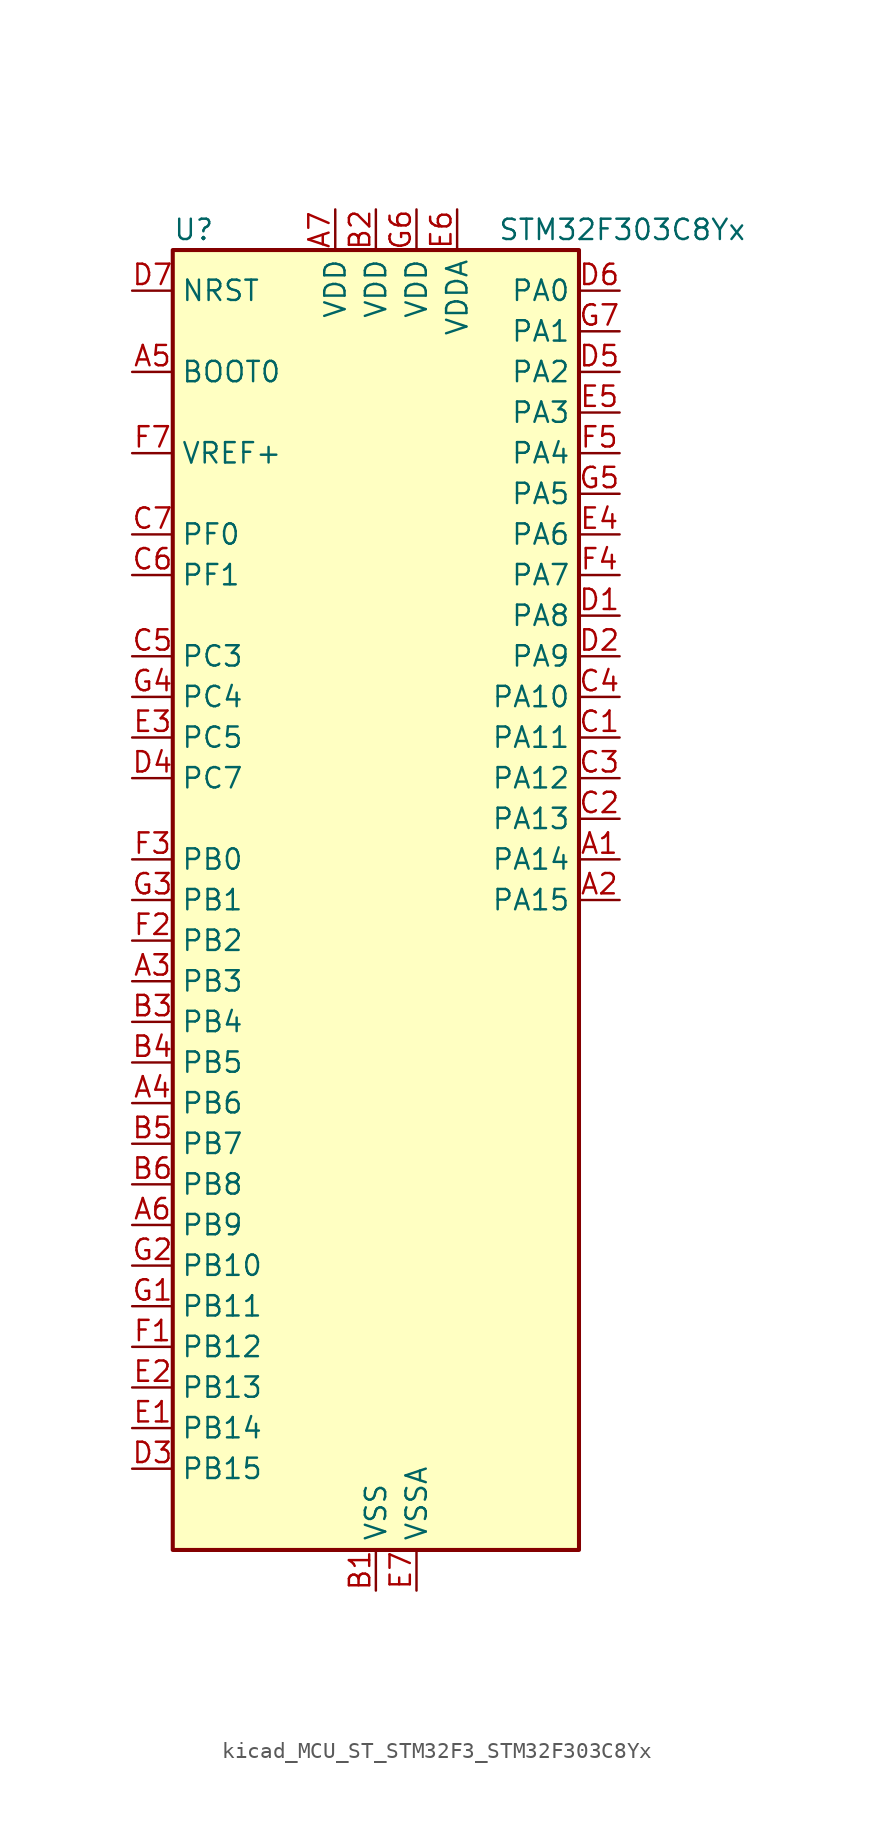
<source format=kicad_sym>
(kicad_symbol_lib
  (version 20220914)
  (generator kicad_symbol_editor)
  (symbol "kicad_MCU_ST_STM32F3_STM32F303C8Yx"
    (property "Reference" "U"
      (at -12.7 41.91 0)
      (effects (font (size 1.27 1.27)) (justify left)))
    (property "Value" "STM32F303C8Yx"
      (at 7.62 41.91 0)
      (effects (font (size 1.27 1.27)) (justify left)))
    (property "ki_locked" ""
      (at 0 0 0)
      (effects (font (size 1.27 1.27))))
    (symbol "kicad_MCU_ST_STM32F3_STM32F303C8Yx_0_1"
      (rectangle (start -12.7 -40.64) (end 12.7 40.64) (stroke (width 0.254) (type default)) (fill (type background))))
    (symbol "kicad_MCU_ST_STM32F3_STM32F303C8Yx_1_1"
      (pin bidirectional line (at 15.24 2.54 180) (length 2.54) (name "PA14" (effects (font (size 1.27 1.27)))) (number "A1" (effects (font (size 1.27 1.27)))) (alternate "I2C1_SDA" bidirectional line) (alternate "SYS_JTCK-SWCLK" bidirectional line) (alternate "TIM1_BKIN" bidirectional line) (alternate "TSC_G4_IO4" bidirectional line) (alternate "USART2_TX" bidirectional line))
      (pin bidirectional line (at 15.24 0 180) (length 2.54) (name "PA15" (effects (font (size 1.27 1.27)))) (number "A2" (effects (font (size 1.27 1.27)))) (alternate "I2C1_SCL" bidirectional line) (alternate "SPI1_NSS" bidirectional line) (alternate "SYS_JTDI" bidirectional line) (alternate "TIM1_BKIN" bidirectional line) (alternate "TIM2_CH1" bidirectional line) (alternate "TIM2_ETR" bidirectional line) (alternate "TSC_SYNC" bidirectional line) (alternate "USART2_RX" bidirectional line))
      (pin bidirectional line (at -15.24 -5.08 0) (length 2.54) (name "PB3" (effects (font (size 1.27 1.27)))) (number "A3" (effects (font (size 1.27 1.27)))) (alternate "SPI1_SCK" bidirectional line) (alternate "SYS_JTDO-TRACESWO" bidirectional line) (alternate "TIM2_CH2" bidirectional line) (alternate "TIM3_ETR" bidirectional line) (alternate "TSC_G5_IO1" bidirectional line) (alternate "USART2_TX" bidirectional line))
      (pin bidirectional line (at -15.24 -12.7 0) (length 2.54) (name "PB6" (effects (font (size 1.27 1.27)))) (number "A4" (effects (font (size 1.27 1.27)))) (alternate "I2C1_SCL" bidirectional line) (alternate "TIM16_CH1N" bidirectional line) (alternate "TSC_G5_IO3" bidirectional line) (alternate "USART1_TX" bidirectional line))
      (pin input line (at -15.24 33.02 0) (length 2.54) (name "BOOT0" (effects (font (size 1.27 1.27)))) (number "A5" (effects (font (size 1.27 1.27)))))
      (pin bidirectional line (at -15.24 -20.32 0) (length 2.54) (name "PB9" (effects (font (size 1.27 1.27)))) (number "A6" (effects (font (size 1.27 1.27)))) (alternate "CAN_TX" bidirectional line) (alternate "COMP2_OUT" bidirectional line) (alternate "DAC1_EXTI9" bidirectional line) (alternate "DAC2_EXTI9" bidirectional line) (alternate "I2C1_SDA" bidirectional line) (alternate "IR_OUT" bidirectional line) (alternate "TIM17_CH1" bidirectional line) (alternate "USART3_TX" bidirectional line))
      (pin power_in line (at -2.54 43.18 270) (length 2.54) (name "VDD" (effects (font (size 1.27 1.27)))) (number "A7" (effects (font (size 1.27 1.27)))))
      (pin power_in line (at 0 -43.18 90) (length 2.54) (name "VSS" (effects (font (size 1.27 1.27)))) (number "B1" (effects (font (size 1.27 1.27)))))
      (pin power_in line (at 0 43.18 270) (length 2.54) (name "VDD" (effects (font (size 1.27 1.27)))) (number "B2" (effects (font (size 1.27 1.27)))))
      (pin bidirectional line (at -15.24 -7.62 0) (length 2.54) (name "PB4" (effects (font (size 1.27 1.27)))) (number "B3" (effects (font (size 1.27 1.27)))) (alternate "SPI1_MISO" bidirectional line) (alternate "SYS_NJTRST" bidirectional line) (alternate "TIM16_CH1" bidirectional line) (alternate "TIM17_BKIN" bidirectional line) (alternate "TIM3_CH1" bidirectional line) (alternate "TSC_G5_IO2" bidirectional line) (alternate "USART2_RX" bidirectional line))
      (pin bidirectional line (at -15.24 -10.16 0) (length 2.54) (name "PB5" (effects (font (size 1.27 1.27)))) (number "B4" (effects (font (size 1.27 1.27)))) (alternate "I2C1_SMBA" bidirectional line) (alternate "SPI1_MOSI" bidirectional line) (alternate "TIM16_BKIN" bidirectional line) (alternate "TIM17_CH1" bidirectional line) (alternate "TIM3_CH2" bidirectional line) (alternate "USART2_CK" bidirectional line))
      (pin bidirectional line (at -15.24 -15.24 0) (length 2.54) (name "PB7" (effects (font (size 1.27 1.27)))) (number "B5" (effects (font (size 1.27 1.27)))) (alternate "I2C1_SDA" bidirectional line) (alternate "TIM17_CH1N" bidirectional line) (alternate "TIM3_CH4" bidirectional line) (alternate "TSC_G5_IO4" bidirectional line) (alternate "USART1_RX" bidirectional line))
      (pin bidirectional line (at -15.24 -17.78 0) (length 2.54) (name "PB8" (effects (font (size 1.27 1.27)))) (number "B6" (effects (font (size 1.27 1.27)))) (alternate "CAN_RX" bidirectional line) (alternate "I2C1_SCL" bidirectional line) (alternate "TIM16_CH1" bidirectional line) (alternate "TIM1_BKIN" bidirectional line) (alternate "TSC_SYNC" bidirectional line) (alternate "USART3_RX" bidirectional line))
      (pin passive line (at 0 -43.18 90) (length 2.54) hide (name "VSS" (effects (font (size 1.27 1.27)))) (number "B7" (effects (font (size 1.27 1.27)))))
      (pin bidirectional line (at 15.24 10.16 180) (length 2.54) (name "PA11" (effects (font (size 1.27 1.27)))) (number "C1" (effects (font (size 1.27 1.27)))) (alternate "CAN_RX" bidirectional line) (alternate "TIM1_BKIN2" bidirectional line) (alternate "TIM1_CH1N" bidirectional line) (alternate "TIM1_CH4" bidirectional line) (alternate "USART1_CTS" bidirectional line))
      (pin bidirectional line (at 15.24 5.08 180) (length 2.54) (name "PA13" (effects (font (size 1.27 1.27)))) (number "C2" (effects (font (size 1.27 1.27)))) (alternate "IR_OUT" bidirectional line) (alternate "SYS_JTMS-SWDIO" bidirectional line) (alternate "TIM16_CH1N" bidirectional line) (alternate "TSC_G4_IO3" bidirectional line) (alternate "USART3_CTS" bidirectional line))
      (pin bidirectional line (at 15.24 7.62 180) (length 2.54) (name "PA12" (effects (font (size 1.27 1.27)))) (number "C3" (effects (font (size 1.27 1.27)))) (alternate "CAN_TX" bidirectional line) (alternate "COMP2_OUT" bidirectional line) (alternate "TIM16_CH1" bidirectional line) (alternate "TIM1_CH2N" bidirectional line) (alternate "TIM1_ETR" bidirectional line) (alternate "USART1_DE" bidirectional line) (alternate "USART1_RTS" bidirectional line))
      (pin bidirectional line (at 15.24 12.7 180) (length 2.54) (name "PA10" (effects (font (size 1.27 1.27)))) (number "C4" (effects (font (size 1.27 1.27)))) (alternate "COMP6_OUT" bidirectional line) (alternate "TIM17_BKIN" bidirectional line) (alternate "TIM1_CH3" bidirectional line) (alternate "TIM2_CH4" bidirectional line) (alternate "TSC_G4_IO2" bidirectional line) (alternate "USART1_RX" bidirectional line))
      (pin bidirectional line (at -15.24 15.24 0) (length 2.54) (name "PC3" (effects (font (size 1.27 1.27)))) (number "C5" (effects (font (size 1.27 1.27)))) (alternate "ADC1_IN9" bidirectional line) (alternate "ADC2_IN9" bidirectional line) (alternate "TIM1_BKIN2" bidirectional line) (alternate "TIM1_CH4" bidirectional line))
      (pin bidirectional line (at -15.24 20.32 0) (length 2.54) (name "PF1" (effects (font (size 1.27 1.27)))) (number "C6" (effects (font (size 1.27 1.27)))) (alternate "RCC_OSC_OUT" bidirectional line))
      (pin bidirectional line (at -15.24 22.86 0) (length 2.54) (name "PF0" (effects (font (size 1.27 1.27)))) (number "C7" (effects (font (size 1.27 1.27)))) (alternate "RCC_OSC_IN" bidirectional line) (alternate "TIM1_CH3N" bidirectional line))
      (pin bidirectional line (at 15.24 17.78 180) (length 2.54) (name "PA8" (effects (font (size 1.27 1.27)))) (number "D1" (effects (font (size 1.27 1.27)))) (alternate "RCC_MCO" bidirectional line) (alternate "TIM1_CH1" bidirectional line) (alternate "USART1_CK" bidirectional line))
      (pin bidirectional line (at 15.24 15.24 180) (length 2.54) (name "PA9" (effects (font (size 1.27 1.27)))) (number "D2" (effects (font (size 1.27 1.27)))) (alternate "DAC1_EXTI9" bidirectional line) (alternate "DAC2_EXTI9" bidirectional line) (alternate "TIM15_BKIN" bidirectional line) (alternate "TIM1_CH2" bidirectional line) (alternate "TIM2_CH3" bidirectional line) (alternate "TSC_G4_IO1" bidirectional line) (alternate "USART1_TX" bidirectional line))
      (pin bidirectional line (at -15.24 -35.56 0) (length 2.54) (name "PB15" (effects (font (size 1.27 1.27)))) (number "D3" (effects (font (size 1.27 1.27)))) (alternate "ADC2_IN15" bidirectional line) (alternate "COMP6_INM" bidirectional line) (alternate "RTC_REFIN" bidirectional line) (alternate "TIM15_CH1N" bidirectional line) (alternate "TIM15_CH2" bidirectional line) (alternate "TIM1_CH3N" bidirectional line))
      (pin bidirectional line (at -15.24 7.62 0) (length 2.54) (name "PC7" (effects (font (size 1.27 1.27)))) (number "D4" (effects (font (size 1.27 1.27)))) (alternate "TIM3_CH2" bidirectional line))
      (pin bidirectional line (at 15.24 33.02 180) (length 2.54) (name "PA2" (effects (font (size 1.27 1.27)))) (number "D5" (effects (font (size 1.27 1.27)))) (alternate "ADC1_IN3" bidirectional line) (alternate "COMP2_INM" bidirectional line) (alternate "COMP2_OUT" bidirectional line) (alternate "TIM15_CH1" bidirectional line) (alternate "TIM2_CH3" bidirectional line) (alternate "TSC_G1_IO3" bidirectional line) (alternate "USART2_TX" bidirectional line))
      (pin bidirectional line (at 15.24 38.1 180) (length 2.54) (name "PA0" (effects (font (size 1.27 1.27)))) (number "D6" (effects (font (size 1.27 1.27)))) (alternate "ADC1_IN1" bidirectional line) (alternate "RTC_TAMP2" bidirectional line) (alternate "SYS_WKUP1" bidirectional line) (alternate "TIM2_CH1" bidirectional line) (alternate "TIM2_ETR" bidirectional line) (alternate "TSC_G1_IO1" bidirectional line) (alternate "USART2_CTS" bidirectional line))
      (pin input line (at -15.24 38.1 0) (length 2.54) (name "NRST" (effects (font (size 1.27 1.27)))) (number "D7" (effects (font (size 1.27 1.27)))))
      (pin bidirectional line (at -15.24 -33.02 0) (length 2.54) (name "PB14" (effects (font (size 1.27 1.27)))) (number "E1" (effects (font (size 1.27 1.27)))) (alternate "ADC2_IN14" bidirectional line) (alternate "OPAMP2_VINP" bidirectional line) (alternate "OPAMP2_VINP_SEC" bidirectional line) (alternate "TIM15_CH1" bidirectional line) (alternate "TIM1_CH2N" bidirectional line) (alternate "TSC_G6_IO4" bidirectional line) (alternate "USART3_DE" bidirectional line) (alternate "USART3_RTS" bidirectional line))
      (pin bidirectional line (at -15.24 -30.48 0) (length 2.54) (name "PB13" (effects (font (size 1.27 1.27)))) (number "E2" (effects (font (size 1.27 1.27)))) (alternate "ADC1_IN13" bidirectional line) (alternate "TIM1_CH1N" bidirectional line) (alternate "TSC_G6_IO3" bidirectional line) (alternate "USART3_CTS" bidirectional line))
      (pin bidirectional line (at -15.24 10.16 0) (length 2.54) (name "PC5" (effects (font (size 1.27 1.27)))) (number "E3" (effects (font (size 1.27 1.27)))) (alternate "ADC2_IN11" bidirectional line) (alternate "OPAMP2_VINM" bidirectional line) (alternate "OPAMP2_VINM_SEC" bidirectional line) (alternate "TIM15_BKIN" bidirectional line) (alternate "TSC_G3_IO1" bidirectional line) (alternate "USART1_RX" bidirectional line))
      (pin bidirectional line (at 15.24 22.86 180) (length 2.54) (name "PA6" (effects (font (size 1.27 1.27)))) (number "E4" (effects (font (size 1.27 1.27)))) (alternate "ADC2_IN3" bidirectional line) (alternate "DAC2_OUT1" bidirectional line) (alternate "OPAMP2_VOUT" bidirectional line) (alternate "SPI1_MISO" bidirectional line) (alternate "TIM16_CH1" bidirectional line) (alternate "TIM1_BKIN" bidirectional line) (alternate "TIM3_CH1" bidirectional line) (alternate "TSC_G2_IO3" bidirectional line))
      (pin bidirectional line (at 15.24 30.48 180) (length 2.54) (name "PA3" (effects (font (size 1.27 1.27)))) (number "E5" (effects (font (size 1.27 1.27)))) (alternate "ADC1_IN4" bidirectional line) (alternate "TIM15_CH2" bidirectional line) (alternate "TIM2_CH4" bidirectional line) (alternate "TSC_G1_IO4" bidirectional line) (alternate "USART2_RX" bidirectional line))
      (pin power_in line (at 5.08 43.18 270) (length 2.54) (name "VDDA" (effects (font (size 1.27 1.27)))) (number "E6" (effects (font (size 1.27 1.27)))))
      (pin power_in line (at 2.54 -43.18 90) (length 2.54) (name "VSSA" (effects (font (size 1.27 1.27)))) (number "E7" (effects (font (size 1.27 1.27)))))
      (pin bidirectional line (at -15.24 -27.94 0) (length 2.54) (name "PB12" (effects (font (size 1.27 1.27)))) (number "F1" (effects (font (size 1.27 1.27)))) (alternate "ADC2_IN13" bidirectional line) (alternate "TIM1_BKIN" bidirectional line) (alternate "TSC_G6_IO2" bidirectional line) (alternate "USART3_CK" bidirectional line))
      (pin bidirectional line (at -15.24 -2.54 0) (length 2.54) (name "PB2" (effects (font (size 1.27 1.27)))) (number "F2" (effects (font (size 1.27 1.27)))) (alternate "ADC2_IN12" bidirectional line) (alternate "COMP4_INM" bidirectional line) (alternate "TSC_G3_IO4" bidirectional line))
      (pin bidirectional line (at -15.24 2.54 0) (length 2.54) (name "PB0" (effects (font (size 1.27 1.27)))) (number "F3" (effects (font (size 1.27 1.27)))) (alternate "ADC1_IN11" bidirectional line) (alternate "COMP4_INP" bidirectional line) (alternate "OPAMP2_VINP" bidirectional line) (alternate "OPAMP2_VINP_SEC" bidirectional line) (alternate "TIM1_CH2N" bidirectional line) (alternate "TIM3_CH3" bidirectional line) (alternate "TSC_G3_IO2" bidirectional line))
      (pin bidirectional line (at 15.24 20.32 180) (length 2.54) (name "PA7" (effects (font (size 1.27 1.27)))) (number "F4" (effects (font (size 1.27 1.27)))) (alternate "ADC2_IN4" bidirectional line) (alternate "COMP2_INP" bidirectional line) (alternate "OPAMP2_VINP" bidirectional line) (alternate "OPAMP2_VINP_SEC" bidirectional line) (alternate "SPI1_MOSI" bidirectional line) (alternate "TIM17_CH1" bidirectional line) (alternate "TIM1_CH1N" bidirectional line) (alternate "TIM3_CH2" bidirectional line) (alternate "TSC_G2_IO4" bidirectional line))
      (pin bidirectional line (at 15.24 27.94 180) (length 2.54) (name "PA4" (effects (font (size 1.27 1.27)))) (number "F5" (effects (font (size 1.27 1.27)))) (alternate "ADC2_IN1" bidirectional line) (alternate "COMP2_INM" bidirectional line) (alternate "COMP4_INM" bidirectional line) (alternate "COMP6_INM" bidirectional line) (alternate "DAC1_OUT1" bidirectional line) (alternate "SPI1_NSS" bidirectional line) (alternate "TIM3_CH2" bidirectional line) (alternate "TSC_G2_IO1" bidirectional line) (alternate "USART2_CK" bidirectional line))
      (pin passive line (at 0 -43.18 90) (length 2.54) hide (name "VSS" (effects (font (size 1.27 1.27)))) (number "F6" (effects (font (size 1.27 1.27)))))
      (pin input line (at -15.24 27.94 0) (length 2.54) (name "VREF+" (effects (font (size 1.27 1.27)))) (number "F7" (effects (font (size 1.27 1.27)))))
      (pin bidirectional line (at -15.24 -25.4 0) (length 2.54) (name "PB11" (effects (font (size 1.27 1.27)))) (number "G1" (effects (font (size 1.27 1.27)))) (alternate "COMP6_INP" bidirectional line) (alternate "TIM2_CH4" bidirectional line) (alternate "TSC_G6_IO1" bidirectional line) (alternate "USART3_RX" bidirectional line))
      (pin bidirectional line (at -15.24 -22.86 0) (length 2.54) (name "PB10" (effects (font (size 1.27 1.27)))) (number "G2" (effects (font (size 1.27 1.27)))) (alternate "TIM2_CH3" bidirectional line) (alternate "TSC_SYNC" bidirectional line) (alternate "USART3_TX" bidirectional line))
      (pin bidirectional line (at -15.24 0 0) (length 2.54) (name "PB1" (effects (font (size 1.27 1.27)))) (number "G3" (effects (font (size 1.27 1.27)))) (alternate "ADC1_IN12" bidirectional line) (alternate "COMP4_OUT" bidirectional line) (alternate "TIM1_CH3N" bidirectional line) (alternate "TIM3_CH4" bidirectional line) (alternate "TSC_G3_IO3" bidirectional line))
      (pin bidirectional line (at -15.24 12.7 0) (length 2.54) (name "PC4" (effects (font (size 1.27 1.27)))) (number "G4" (effects (font (size 1.27 1.27)))) (alternate "ADC2_IN5" bidirectional line) (alternate "TIM1_ETR" bidirectional line) (alternate "USART1_TX" bidirectional line))
      (pin bidirectional line (at 15.24 25.4 180) (length 2.54) (name "PA5" (effects (font (size 1.27 1.27)))) (number "G5" (effects (font (size 1.27 1.27)))) (alternate "ADC2_IN2" bidirectional line) (alternate "DAC1_OUT2" bidirectional line) (alternate "OPAMP2_VINM" bidirectional line) (alternate "OPAMP2_VINM_SEC" bidirectional line) (alternate "SPI1_SCK" bidirectional line) (alternate "TIM2_CH1" bidirectional line) (alternate "TIM2_ETR" bidirectional line) (alternate "TSC_G2_IO2" bidirectional line))
      (pin power_in line (at 2.54 43.18 270) (length 2.54) (name "VDD" (effects (font (size 1.27 1.27)))) (number "G6" (effects (font (size 1.27 1.27)))))
      (pin bidirectional line (at 15.24 35.56 180) (length 2.54) (name "PA1" (effects (font (size 1.27 1.27)))) (number "G7" (effects (font (size 1.27 1.27)))) (alternate "ADC1_IN2" bidirectional line) (alternate "RTC_REFIN" bidirectional line) (alternate "TIM15_CH1N" bidirectional line) (alternate "TIM2_CH2" bidirectional line) (alternate "TSC_G1_IO2" bidirectional line) (alternate "USART2_DE" bidirectional line) (alternate "USART2_RTS" bidirectional line)))))
</source>
